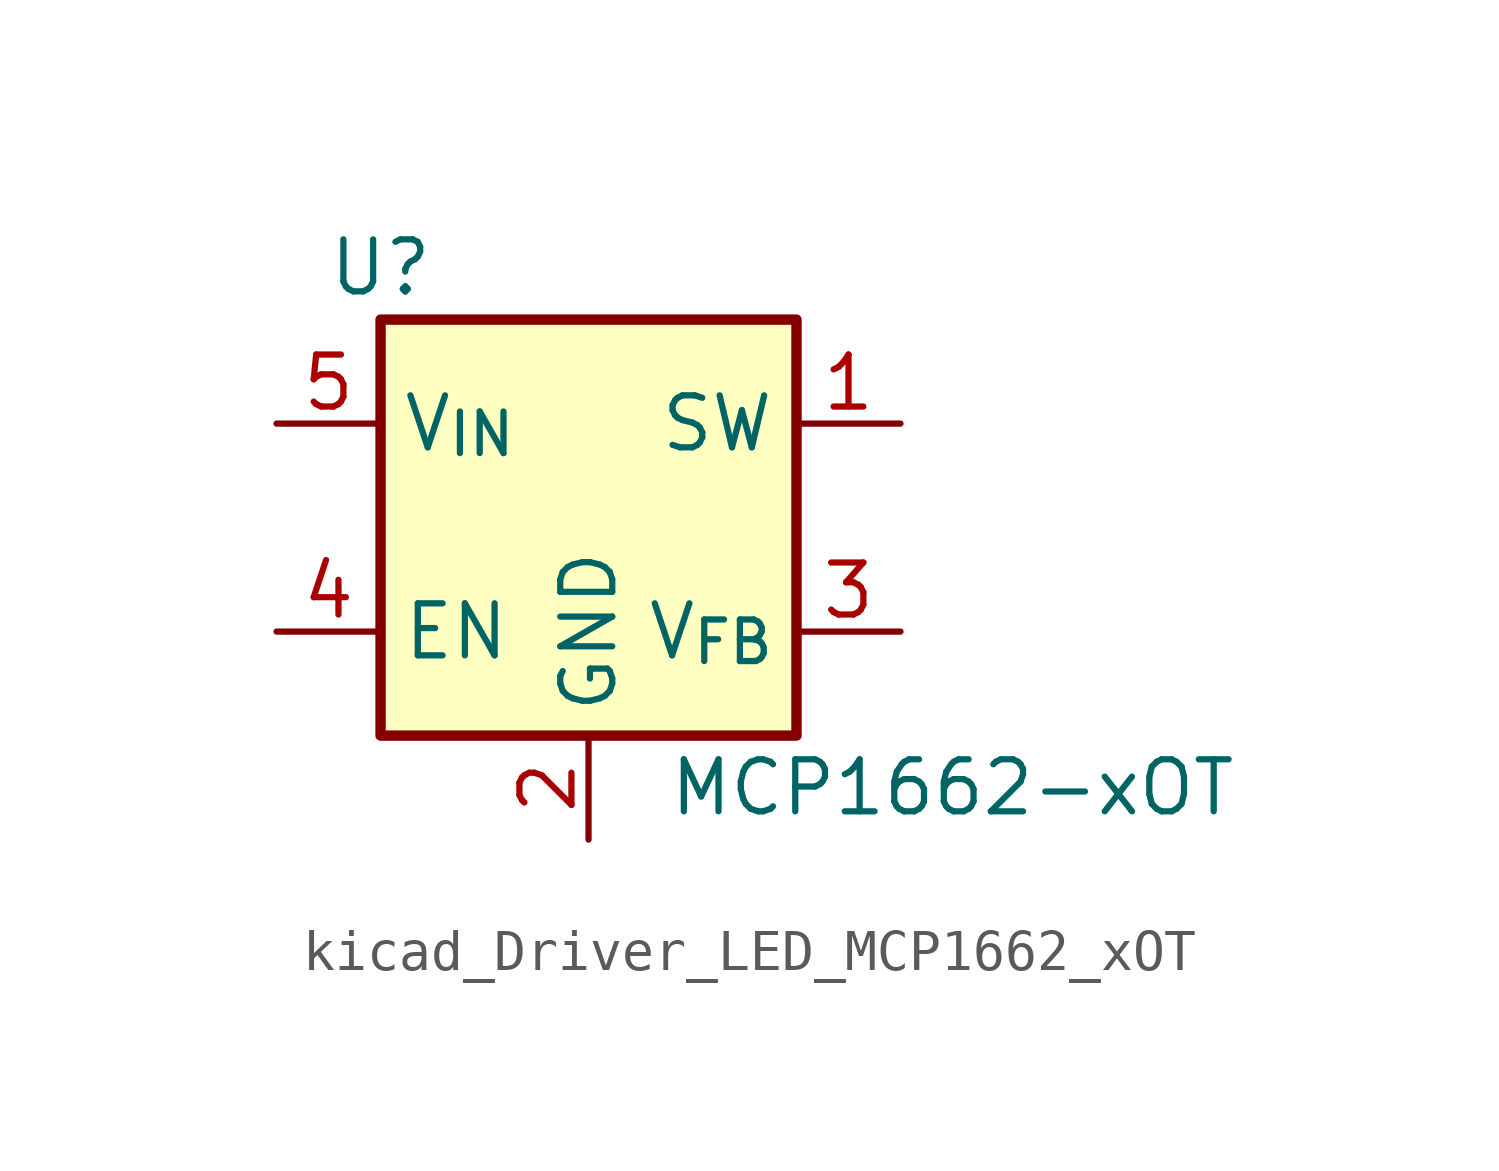
<source format=kicad_sym>
(kicad_symbol_lib
  (version 20220914)
  (generator kicad_symbol_editor)
  (symbol "kicad_Driver_LED_MCP1662_xOT"
    (property "Reference" "U"
      (at -5.08 6.35 0)
      (effects (font (size 1.27 1.27))))
    (property "Value" "MCP1662-xOT"
      (at 8.89 -6.35 0)
      (effects (font (size 1.27 1.27))))
    (symbol "kicad_Driver_LED_MCP1662_xOT_0_1"
      (rectangle (start -5.08 5.08) (end 5.08 -5.08) (stroke (width 0.254) (type default)) (fill (type background))))
    (symbol "kicad_Driver_LED_MCP1662_xOT_1_1"
      (pin power_out line (at 7.62 2.54 180) (length 2.54) (name "SW" (effects (font (size 1.27 1.27)))) (number "1" (effects (font (size 1.27 1.27)))))
      (pin power_in line (at 0 -7.62 90) (length 2.54) (name "GND" (effects (font (size 1.27 1.27)))) (number "2" (effects (font (size 1.27 1.27)))))
      (pin input line (at 7.62 -2.54 180) (length 2.54) (name "V_{FB}" (effects (font (size 1.27 1.27)))) (number "3" (effects (font (size 1.27 1.27)))))
      (pin input line (at -7.62 -2.54 0) (length 2.54) (name "EN" (effects (font (size 1.27 1.27)))) (number "4" (effects (font (size 1.27 1.27)))))
      (pin power_in line (at -7.62 2.54 0) (length 2.54) (name "V_{IN}" (effects (font (size 1.27 1.27)))) (number "5" (effects (font (size 1.27 1.27))))))))
</source>
